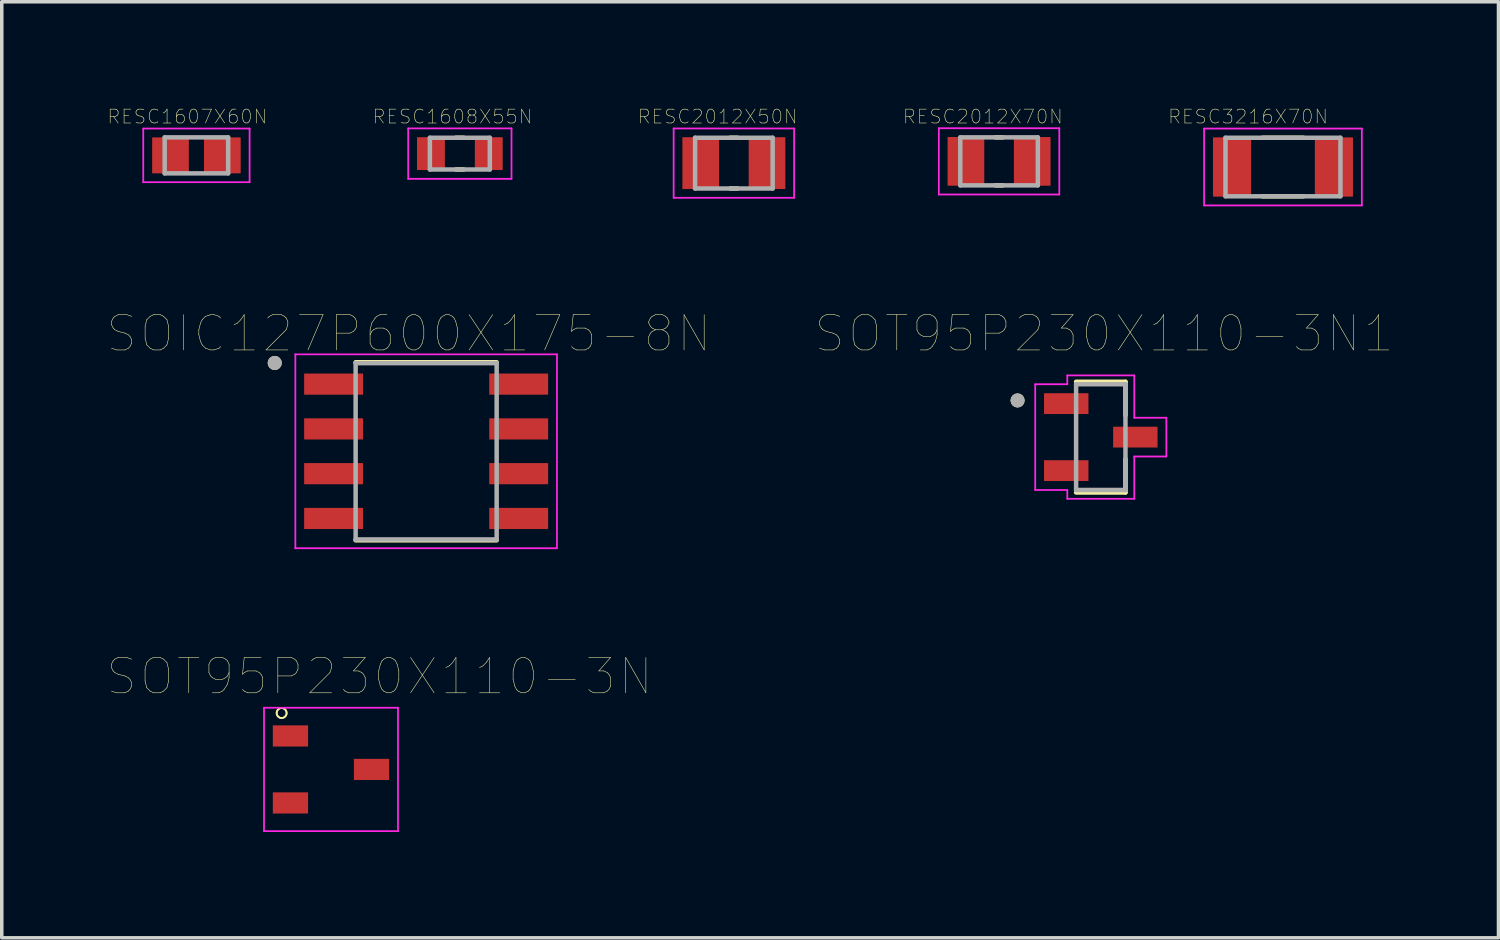
<source format=kicad_pcb>
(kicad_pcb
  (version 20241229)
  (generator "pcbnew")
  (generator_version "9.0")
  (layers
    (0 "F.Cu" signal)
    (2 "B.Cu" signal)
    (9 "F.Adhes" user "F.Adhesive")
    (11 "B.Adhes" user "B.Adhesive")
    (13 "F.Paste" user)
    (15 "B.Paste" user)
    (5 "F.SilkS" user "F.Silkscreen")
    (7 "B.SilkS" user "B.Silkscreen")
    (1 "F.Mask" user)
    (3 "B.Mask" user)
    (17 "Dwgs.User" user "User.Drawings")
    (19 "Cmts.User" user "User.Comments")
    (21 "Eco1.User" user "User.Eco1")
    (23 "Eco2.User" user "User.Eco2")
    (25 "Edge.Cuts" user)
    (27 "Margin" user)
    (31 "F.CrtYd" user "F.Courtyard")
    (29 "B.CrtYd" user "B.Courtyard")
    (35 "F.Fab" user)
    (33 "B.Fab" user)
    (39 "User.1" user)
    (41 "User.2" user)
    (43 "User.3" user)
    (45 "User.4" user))
  (footprint "RESC2012X70N"
    (layer "F.Cu")
    (at 25.287 1.527)
    (property "Reference" "RESC2012X70N" (at -0.46 -1.27 0) (layer "F.SilkS") (effects (font (size 0.394 0.394) (thickness 0.015))))
    (attr through_hole)
    (fp_line (start -0.1 -0.68) (end 0.1 -0.68) (stroke (width 0.127) (type solid)) (layer "F.SilkS"))
    (fp_line (start -0.1 0.68) (end 0.1 0.68) (stroke (width 0.127) (type solid)) (layer "F.SilkS"))
    (fp_line (start -1.708 -0.94) (end 1.708 -0.94) (stroke (width 0.05) (type solid)) (layer "F.CrtYd"))
    (fp_line (start -1.708 0.94) (end -1.708 -0.94) (stroke (width 0.05) (type solid)) (layer "F.CrtYd"))
    (fp_line (start -1.708 0.94) (end 1.708 0.94) (stroke (width 0.05) (type solid)) (layer "F.CrtYd"))
    (fp_line (start 1.708 0.94) (end 1.708 -0.94) (stroke (width 0.05) (type solid)) (layer "F.CrtYd"))
    (fp_line (start -1.1 0.68) (end -1.1 -0.68) (stroke (width 0.127) (type solid)) (layer "F.Fab"))
    (fp_line (start 1.1 -0.68) (end -1.1 -0.68) (stroke (width 0.127) (type solid)) (layer "F.Fab"))
    (fp_line (start 1.1 0.68) (end -1.1 0.68) (stroke (width 0.127) (type solid)) (layer "F.Fab"))
    (fp_line (start 1.1 0.68) (end 1.1 -0.68) (stroke (width 0.127) (type solid)) (layer "F.Fab"))
    (pad "1" smd rect (at -0.94 0) (size 1.04 1.38) (layers "F.Cu" "F.Mask" "F.Paste"))
    (pad "2" smd rect (at 0.94 0) (size 1.04 1.38) (layers "F.Cu" "F.Mask" "F.Paste")))
  (footprint "SOT95P230X110-3N"
    (layer "F.Cu")
    (at 6.338 18.774)
    (property "Reference" "SOT95P230X110-3N" (at 1.376 -2.637 0) (layer "F.SilkS") (effects (font (size 1.001 1.001) (thickness 0.015))))
    (attr through_hole)
    (fp_circle (center -1.4 -1.6) (end -1.259 -1.6) (stroke (width 0.05) (type solid)) (fill no) (layer "F.SilkS"))
    (fp_circle (center -1.4 -1.6) (end -1.259 -1.6) (stroke (width 0.05) (type solid)) (fill no) (layer "F.SilkS"))
    (fp_line (start -1.9 -1.75) (end 1.9 -1.75) (stroke (width 0.05) (type solid)) (layer "F.CrtYd"))
    (fp_line (start -1.9 1.75) (end -1.9 -1.75) (stroke (width 0.05) (type solid)) (layer "F.CrtYd"))
    (fp_line (start 1.9 -1.75) (end 1.9 1.75) (stroke (width 0.05) (type solid)) (layer "F.CrtYd"))
    (fp_line (start 1.9 1.75) (end -1.9 1.75) (stroke (width 0.05) (type solid)) (layer "F.CrtYd"))
    (pad "1" smd rect (at -1.15 -0.95) (size 1 0.6) (layers "F.Cu" "F.Mask" "F.Paste"))
    (pad "2" smd rect (at -1.15 0.95) (size 1 0.6) (layers "F.Cu" "F.Mask" "F.Paste"))
    (pad "3" smd rect (at 1.15 0) (size 1 0.6) (layers "F.Cu" "F.Mask" "F.Paste")))
  (footprint "RESC1607X60N"
    (layer "F.Cu")
    (at 2.521 1.357)
    (property "Reference" "RESC1607X60N" (at -0.26 -1.1 0) (layer "F.SilkS") (effects (font (size 0.394 0.394) (thickness 0.015))))
    (attr through_hole)
    (fp_line (start -1.508 -0.761) (end 1.508 -0.761) (stroke (width 0.05) (type solid)) (layer "F.CrtYd"))
    (fp_line (start -1.508 0.761) (end -1.508 -0.761) (stroke (width 0.05) (type solid)) (layer "F.CrtYd"))
    (fp_line (start -1.508 0.761) (end 1.508 0.761) (stroke (width 0.05) (type solid)) (layer "F.CrtYd"))
    (fp_line (start 1.508 0.761) (end 1.508 -0.761) (stroke (width 0.05) (type solid)) (layer "F.CrtYd"))
    (fp_line (start -0.9 0.51) (end -0.9 -0.51) (stroke (width 0.127) (type solid)) (layer "F.Fab"))
    (fp_line (start 0.9 -0.51) (end -0.9 -0.51) (stroke (width 0.127) (type solid)) (layer "F.Fab"))
    (fp_line (start 0.9 0.51) (end -0.9 0.51) (stroke (width 0.127) (type solid)) (layer "F.Fab"))
    (fp_line (start 0.9 0.51) (end 0.9 -0.51) (stroke (width 0.127) (type solid)) (layer "F.Fab"))
    (pad "1" smd rect (at -0.735 0) (size 1.04 1.02) (layers "F.Cu" "F.Mask" "F.Paste"))
    (pad "2" smd rect (at 0.735 0) (size 1.04 1.02) (layers "F.Cu" "F.Mask" "F.Paste")))
  (footprint "SOIC127P600X175-8N"
    (layer "F.Cu")
    (at 9.037 9.75)
    (property "Reference" "SOIC127P600X175-8N" (at -0.495 -3.337 0) (layer "F.SilkS") (effects (font (size 1 1) (thickness 0.015))))
    (attr through_hole)
    (fp_line (start -2 -2.525) (end 2 -2.525) (stroke (width 0.127) (type solid)) (layer "F.SilkS"))
    (fp_line (start -2 2.525) (end 2 2.525) (stroke (width 0.127) (type solid)) (layer "F.SilkS"))
    (fp_circle (center -4.295 -2.505) (end -4.195 -2.505) (stroke (width 0.2) (type solid)) (fill no) (layer "F.SilkS"))
    (fp_line (start -3.71 -2.75) (end -3.71 2.75) (stroke (width 0.05) (type solid)) (layer "F.CrtYd"))
    (fp_line (start -3.71 -2.75) (end 3.71 -2.75) (stroke (width 0.05) (type solid)) (layer "F.CrtYd"))
    (fp_line (start -3.71 2.75) (end 3.71 2.75) (stroke (width 0.05) (type solid)) (layer "F.CrtYd"))
    (fp_line (start 3.71 -2.75) (end 3.71 2.75) (stroke (width 0.05) (type solid)) (layer "F.CrtYd"))
    (fp_line (start -2 -2.5) (end -2 2.5) (stroke (width 0.127) (type solid)) (layer "F.Fab"))
    (fp_line (start -2 -2.5) (end 2 -2.5) (stroke (width 0.127) (type solid)) (layer "F.Fab"))
    (fp_line (start -2 2.5) (end 2 2.5) (stroke (width 0.127) (type solid)) (layer "F.Fab"))
    (fp_line (start 2 -2.5) (end 2 2.5) (stroke (width 0.127) (type solid)) (layer "F.Fab"))
    (fp_circle (center -4.295 -2.505) (end -4.195 -2.505) (stroke (width 0.2) (type solid)) (fill no) (layer "F.Fab"))
    (pad "1" smd rect (at -2.625 -1.905) (size 1.67 0.6) (layers "F.Cu" "F.Mask" "F.Paste"))
    (pad "2" smd rect (at -2.625 -0.635) (size 1.67 0.6) (layers "F.Cu" "F.Mask" "F.Paste"))
    (pad "3" smd rect (at -2.625 0.635) (size 1.67 0.6) (layers "F.Cu" "F.Mask" "F.Paste"))
    (pad "4" smd rect (at -2.625 1.905) (size 1.67 0.6) (layers "F.Cu" "F.Mask" "F.Paste"))
    (pad "5" smd rect (at 2.625 1.905) (size 1.67 0.6) (layers "F.Cu" "F.Mask" "F.Paste"))
    (pad "6" smd rect (at 2.625 0.635) (size 1.67 0.6) (layers "F.Cu" "F.Mask" "F.Paste"))
    (pad "7" smd rect (at 2.625 -0.635) (size 1.67 0.6) (layers "F.Cu" "F.Mask" "F.Paste"))
    (pad "8" smd rect (at 2.625 -1.905) (size 1.67 0.6) (layers "F.Cu" "F.Mask" "F.Paste")))
  (footprint "RESC1608X55N"
    (layer "F.Cu")
    (at 9.993 1.307)
    (property "Reference" "RESC1608X55N" (at -0.21 -1.05 0) (layer "F.SilkS") (effects (font (size 0.394 0.394) (thickness 0.015))))
    (attr through_hole)
    (fp_line (start -0.11 -0.45) (end 0.11 -0.45) (stroke (width 0.127) (type solid)) (layer "F.SilkS"))
    (fp_line (start -0.11 0.45) (end 0.11 0.45) (stroke (width 0.127) (type solid)) (layer "F.SilkS"))
    (fp_line (start -1.465 -0.715) (end 1.465 -0.715) (stroke (width 0.05) (type solid)) (layer "F.CrtYd"))
    (fp_line (start -1.465 0.715) (end -1.465 -0.715) (stroke (width 0.05) (type solid)) (layer "F.CrtYd"))
    (fp_line (start -1.465 0.715) (end 1.465 0.715) (stroke (width 0.05) (type solid)) (layer "F.CrtYd"))
    (fp_line (start 1.465 0.715) (end 1.465 -0.715) (stroke (width 0.05) (type solid)) (layer "F.CrtYd"))
    (fp_line (start -0.85 0.45) (end -0.85 -0.45) (stroke (width 0.127) (type solid)) (layer "F.Fab"))
    (fp_line (start 0.85 -0.45) (end -0.85 -0.45) (stroke (width 0.127) (type solid)) (layer "F.Fab"))
    (fp_line (start 0.85 0.45) (end -0.85 0.45) (stroke (width 0.127) (type solid)) (layer "F.Fab"))
    (fp_line (start 0.85 0.45) (end 0.85 -0.45) (stroke (width 0.127) (type solid)) (layer "F.Fab"))
    (pad "1" smd rect (at -0.82 0) (size 0.79 0.93) (layers "F.Cu" "F.Mask" "F.Paste"))
    (pad "2" smd rect (at 0.82 0) (size 0.79 0.93) (layers "F.Cu" "F.Mask" "F.Paste")))
  (footprint "SOT95P230X110-3N1"
    (layer "F.Cu")
    (at 28.172 9.348)
    (property "Reference" "SOT95P230X110-3N1" (at 0.095 -2.935 0) (layer "F.SilkS") (effects (font (size 1 1) (thickness 0.015))))
    (attr through_hole)
    (fp_line (start 0.7 -1.57) (end -0.7 -1.57) (stroke (width 0.127) (type solid)) (layer "F.SilkS"))
    (fp_line (start 0.7 -0.62) (end 0.7 -1.57) (stroke (width 0.127) (type solid)) (layer "F.SilkS"))
    (fp_line (start 0.7 0.62) (end 0.7 1.57) (stroke (width 0.127) (type solid)) (layer "F.SilkS"))
    (fp_line (start 0.7 1.57) (end -0.7 1.57) (stroke (width 0.127) (type solid)) (layer "F.SilkS"))
    (fp_circle (center -2.36 -1.04) (end -2.26 -1.04) (stroke (width 0.2) (type solid)) (fill no) (layer "F.SilkS"))
    (fp_line (start -1.86 -1.5) (end -1.86 1.5) (stroke (width 0.05) (type solid)) (layer "F.CrtYd"))
    (fp_line (start -0.95 -1.75) (end -0.95 -1.5) (stroke (width 0.05) (type solid)) (layer "F.CrtYd"))
    (fp_line (start -0.95 -1.5) (end -1.86 -1.5) (stroke (width 0.05) (type solid)) (layer "F.CrtYd"))
    (fp_line (start -0.95 1.5) (end -1.86 1.5) (stroke (width 0.05) (type solid)) (layer "F.CrtYd"))
    (fp_line (start -0.95 1.75) (end -0.95 1.5) (stroke (width 0.05) (type solid)) (layer "F.CrtYd"))
    (fp_line (start 0.95 -1.75) (end -0.95 -1.75) (stroke (width 0.05) (type solid)) (layer "F.CrtYd"))
    (fp_line (start 0.95 -0.55) (end 0.95 -1.75) (stroke (width 0.05) (type solid)) (layer "F.CrtYd"))
    (fp_line (start 0.95 0.55) (end 0.95 1.75) (stroke (width 0.05) (type solid)) (layer "F.CrtYd"))
    (fp_line (start 0.95 1.75) (end -0.95 1.75) (stroke (width 0.05) (type solid)) (layer "F.CrtYd"))
    (fp_line (start 1.86 -0.55) (end 0.95 -0.55) (stroke (width 0.05) (type solid)) (layer "F.CrtYd"))
    (fp_line (start 1.86 0.55) (end 0.95 0.55) (stroke (width 0.05) (type solid)) (layer "F.CrtYd"))
    (fp_line (start 1.86 0.55) (end 1.86 -0.55) (stroke (width 0.05) (type solid)) (layer "F.CrtYd"))
    (fp_line (start -0.7 -1.5) (end -0.7 1.5) (stroke (width 0.127) (type solid)) (layer "F.Fab"))
    (fp_line (start -0.7 1.5) (end 0.7 1.5) (stroke (width 0.127) (type solid)) (layer "F.Fab"))
    (fp_line (start 0.7 -1.5) (end -0.7 -1.5) (stroke (width 0.127) (type solid)) (layer "F.Fab"))
    (fp_line (start 0.7 1.5) (end 0.7 -1.5) (stroke (width 0.127) (type solid)) (layer "F.Fab"))
    (fp_circle (center -2.36 -1.04) (end -2.26 -1.04) (stroke (width 0.2) (type solid)) (fill no) (layer "F.Fab"))
    (pad "1" smd rect (at -0.98 -0.95) (size 1.26 0.59) (layers "F.Cu" "F.Mask" "F.Paste"))
    (pad "2" smd rect (at -0.98 0.95) (size 1.26 0.59) (layers "F.Cu" "F.Mask" "F.Paste"))
    (pad "3" smd rect (at 0.98 0) (size 1.26 0.59) (layers "F.Cu" "F.Mask" "F.Paste")))
  (footprint "RESC2012X50N"
    (layer "F.Cu")
    (at 17.765 1.577)
    (property "Reference" "RESC2012X50N" (at -0.46 -1.32 0) (layer "F.SilkS") (effects (font (size 0.394 0.394) (thickness 0.015))))
    (attr through_hole)
    (fp_line (start -0.1 -0.72) (end 0.1 -0.72) (stroke (width 0.127) (type solid)) (layer "F.SilkS"))
    (fp_line (start -0.1 0.72) (end 0.1 0.72) (stroke (width 0.127) (type solid)) (layer "F.SilkS"))
    (fp_line (start -1.708 -0.983) (end 1.708 -0.983) (stroke (width 0.05) (type solid)) (layer "F.CrtYd"))
    (fp_line (start -1.708 0.983) (end -1.708 -0.983) (stroke (width 0.05) (type solid)) (layer "F.CrtYd"))
    (fp_line (start -1.708 0.983) (end 1.708 0.983) (stroke (width 0.05) (type solid)) (layer "F.CrtYd"))
    (fp_line (start 1.708 0.983) (end 1.708 -0.983) (stroke (width 0.05) (type solid)) (layer "F.CrtYd"))
    (fp_line (start -1.1 0.72) (end -1.1 -0.72) (stroke (width 0.127) (type solid)) (layer "F.Fab"))
    (fp_line (start 1.1 -0.72) (end -1.1 -0.72) (stroke (width 0.127) (type solid)) (layer "F.Fab"))
    (fp_line (start 1.1 0.72) (end -1.1 0.72) (stroke (width 0.127) (type solid)) (layer "F.Fab"))
    (fp_line (start 1.1 0.72) (end 1.1 -0.72) (stroke (width 0.127) (type solid)) (layer "F.Fab"))
    (pad "1" smd rect (at -0.94 0) (size 1.04 1.47) (layers "F.Cu" "F.Mask" "F.Paste"))
    (pad "2" smd rect (at 0.94 0) (size 1.04 1.47) (layers "F.Cu" "F.Mask" "F.Paste")))
  (footprint "RESC3216X70N"
    (layer "F.Cu")
    (at 33.339 1.687)
    (property "Reference" "RESC3216X70N" (at -0.99 -1.43 0) (layer "F.SilkS") (effects (font (size 0.394 0.394) (thickness 0.015))))
    (attr through_hole)
    (fp_line (start -0.58 -0.83) (end 0.58 -0.83) (stroke (width 0.127) (type solid)) (layer "F.SilkS"))
    (fp_line (start -0.58 0.83) (end 0.58 0.83) (stroke (width 0.127) (type solid)) (layer "F.SilkS"))
    (fp_line (start -2.237 -1.09) (end 2.237 -1.09) (stroke (width 0.05) (type solid)) (layer "F.CrtYd"))
    (fp_line (start -2.237 1.09) (end -2.237 -1.09) (stroke (width 0.05) (type solid)) (layer "F.CrtYd"))
    (fp_line (start -2.237 1.09) (end 2.237 1.09) (stroke (width 0.05) (type solid)) (layer "F.CrtYd"))
    (fp_line (start 2.237 1.09) (end 2.237 -1.09) (stroke (width 0.05) (type solid)) (layer "F.CrtYd"))
    (fp_line (start -1.63 0.83) (end -1.63 -0.83) (stroke (width 0.127) (type solid)) (layer "F.Fab"))
    (fp_line (start 1.63 -0.83) (end -1.63 -0.83) (stroke (width 0.127) (type solid)) (layer "F.Fab"))
    (fp_line (start 1.63 0.83) (end -1.63 0.83) (stroke (width 0.127) (type solid)) (layer "F.Fab"))
    (fp_line (start 1.63 0.83) (end 1.63 -0.83) (stroke (width 0.127) (type solid)) (layer "F.Fab"))
    (pad "1" smd rect (at -1.445 0) (size 1.08 1.68) (layers "F.Cu" "F.Mask" "F.Paste"))
    (pad "2" smd rect (at 1.445 0) (size 1.08 1.68) (layers "F.Cu" "F.Mask" "F.Paste")))
  (gr_rect
    (start -3 -3)
    (end 39.452 23.549)
    (stroke (width 0.1) (type default))
    (fill no)
    (layer "Edge.Cuts")))
</source>
